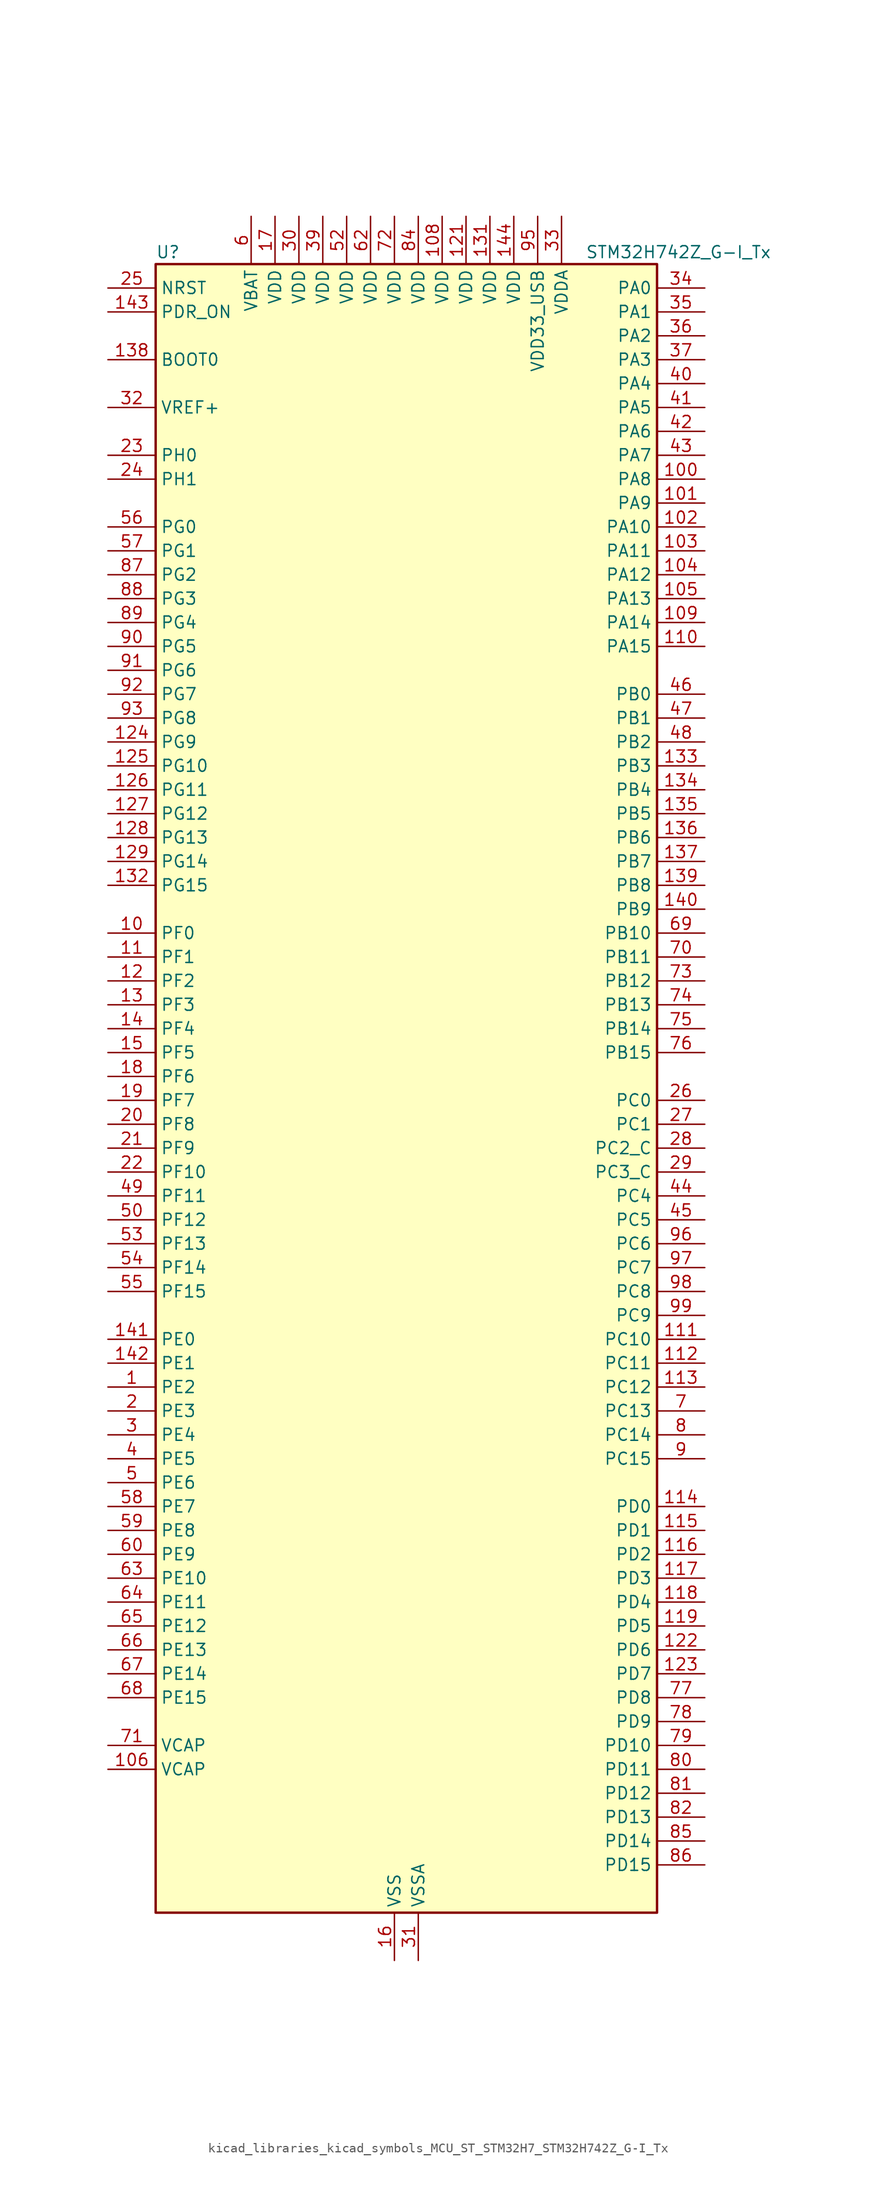
<source format=kicad_sym>
(kicad_symbol_lib
  (version 20220914)
  (generator kicad_symbol_editor)
  (symbol "kicad_libraries_kicad_symbols_MCU_ST_STM32H7_STM32H742Z_G-I_Tx"
    (property "Reference" "U"
      (at -25.4 90.17 0)
      (effects (font (size 1.27 1.27)) (justify left)))
    (property "Value" "STM32H742Z_G-I_Tx"
      (at 20.32 90.17 0)
      (effects (font (size 1.27 1.27)) (justify left)))
    (property "ki_locked" ""
      (at 0 0 0)
      (effects (font (size 1.27 1.27))))
    (symbol "kicad_libraries_kicad_symbols_MCU_ST_STM32H7_STM32H742Z_G-I_Tx_0_1"
      (rectangle (start -25.4 -86.36) (end 27.94 88.9) (stroke (width 0.254) (type default)) (fill (type background))))
    (symbol "kicad_libraries_kicad_symbols_MCU_ST_STM32H7_STM32H742Z_G-I_Tx_1_1"
      (pin bidirectional line (at -30.48 -30.48 0) (length 5.08) (name "PE2" (effects (font (size 1.27 1.27)))) (number "1" (effects (font (size 1.27 1.27)))) (alternate "DEBUG_TRACECLK" bidirectional line) (alternate "ETH_TXD3" bidirectional line) (alternate "FMC_A23" bidirectional line) (alternate "QUADSPI_BK1_IO2" bidirectional line) (alternate "SAI1_CK1" bidirectional line) (alternate "SAI1_MCLK_A" bidirectional line) (alternate "SAI4_CK1" bidirectional line) (alternate "SAI4_MCLK_A" bidirectional line) (alternate "SPI4_SCK" bidirectional line))
      (pin bidirectional line (at -30.48 17.78 0) (length 5.08) (name "PF0" (effects (font (size 1.27 1.27)))) (number "10" (effects (font (size 1.27 1.27)))) (alternate "FMC_A0" bidirectional line) (alternate "I2C2_SDA" bidirectional line))
      (pin bidirectional line (at 33.02 66.04 180) (length 5.08) (name "PA8" (effects (font (size 1.27 1.27)))) (number "100" (effects (font (size 1.27 1.27)))) (alternate "HRTIM_CHB2" bidirectional line) (alternate "I2C3_SCL" bidirectional line) (alternate "RCC_MCO_1" bidirectional line) (alternate "TIM1_CH1" bidirectional line) (alternate "TIM8_BKIN2" bidirectional line) (alternate "TIM8_BKIN2_COMP1" bidirectional line) (alternate "TIM8_BKIN2_COMP2" bidirectional line) (alternate "UART7_RX" bidirectional line) (alternate "USART1_CK" bidirectional line) (alternate "USB_OTG_FS_SOF" bidirectional line))
      (pin bidirectional line (at 33.02 63.5 180) (length 5.08) (name "PA9" (effects (font (size 1.27 1.27)))) (number "101" (effects (font (size 1.27 1.27)))) (alternate "DAC1_EXTI9" bidirectional line) (alternate "DCMI_D0" bidirectional line) (alternate "HRTIM_CHC1" bidirectional line) (alternate "I2C3_SMBA" bidirectional line) (alternate "I2S2_CK" bidirectional line) (alternate "LPUART1_TX" bidirectional line) (alternate "SPI2_SCK" bidirectional line) (alternate "TIM1_CH2" bidirectional line) (alternate "USART1_TX" bidirectional line) (alternate "USB_OTG_FS_VBUS" bidirectional line))
      (pin bidirectional line (at 33.02 60.96 180) (length 5.08) (name "PA10" (effects (font (size 1.27 1.27)))) (number "102" (effects (font (size 1.27 1.27)))) (alternate "DCMI_D1" bidirectional line) (alternate "HRTIM_CHC2" bidirectional line) (alternate "LPUART1_RX" bidirectional line) (alternate "MDIOS_MDIO" bidirectional line) (alternate "TIM1_CH3" bidirectional line) (alternate "USART1_RX" bidirectional line) (alternate "USB_OTG_FS_ID" bidirectional line))
      (pin bidirectional line (at 33.02 58.42 180) (length 5.08) (name "PA11" (effects (font (size 1.27 1.27)))) (number "103" (effects (font (size 1.27 1.27)))) (alternate "ADC1_EXTI11" bidirectional line) (alternate "ADC2_EXTI11" bidirectional line) (alternate "ADC3_EXTI11" bidirectional line) (alternate "FDCAN1_RX" bidirectional line) (alternate "HRTIM_CHD1" bidirectional line) (alternate "I2S2_WS" bidirectional line) (alternate "LPUART1_CTS" bidirectional line) (alternate "SPI2_NSS" bidirectional line) (alternate "TIM1_CH4" bidirectional line) (alternate "UART4_RX" bidirectional line) (alternate "USART1_CTS" bidirectional line) (alternate "USART1_NSS" bidirectional line) (alternate "USB_OTG_FS_DM" bidirectional line))
      (pin bidirectional line (at 33.02 55.88 180) (length 5.08) (name "PA12" (effects (font (size 1.27 1.27)))) (number "104" (effects (font (size 1.27 1.27)))) (alternate "FDCAN1_TX" bidirectional line) (alternate "HRTIM_CHD2" bidirectional line) (alternate "I2S2_CK" bidirectional line) (alternate "LPUART1_DE" bidirectional line) (alternate "LPUART1_RTS" bidirectional line) (alternate "SAI2_FS_B" bidirectional line) (alternate "SPI2_SCK" bidirectional line) (alternate "TIM1_ETR" bidirectional line) (alternate "UART4_TX" bidirectional line) (alternate "USART1_DE" bidirectional line) (alternate "USART1_RTS" bidirectional line) (alternate "USB_OTG_FS_DP" bidirectional line))
      (pin bidirectional line (at 33.02 53.34 180) (length 5.08) (name "PA13" (effects (font (size 1.27 1.27)))) (number "105" (effects (font (size 1.27 1.27)))) (alternate "DEBUG_JTMS-SWDIO" bidirectional line))
      (pin power_out line (at -30.48 -71.12 0) (length 5.08) (name "VCAP" (effects (font (size 1.27 1.27)))) (number "106" (effects (font (size 1.27 1.27)))))
      (pin passive line (at 0 -91.44 90) (length 5.08) hide (name "VSS" (effects (font (size 1.27 1.27)))) (number "107" (effects (font (size 1.27 1.27)))))
      (pin power_in line (at 5.08 93.98 270) (length 5.08) (name "VDD" (effects (font (size 1.27 1.27)))) (number "108" (effects (font (size 1.27 1.27)))))
      (pin bidirectional line (at 33.02 50.8 180) (length 5.08) (name "PA14" (effects (font (size 1.27 1.27)))) (number "109" (effects (font (size 1.27 1.27)))) (alternate "DEBUG_JTCK-SWCLK" bidirectional line))
      (pin bidirectional line (at -30.48 15.24 0) (length 5.08) (name "PF1" (effects (font (size 1.27 1.27)))) (number "11" (effects (font (size 1.27 1.27)))) (alternate "FMC_A1" bidirectional line) (alternate "I2C2_SCL" bidirectional line))
      (pin bidirectional line (at 33.02 48.26 180) (length 5.08) (name "PA15" (effects (font (size 1.27 1.27)))) (number "110" (effects (font (size 1.27 1.27)))) (alternate "ADC1_EXTI15" bidirectional line) (alternate "ADC2_EXTI15" bidirectional line) (alternate "ADC3_EXTI15" bidirectional line) (alternate "CEC" bidirectional line) (alternate "DEBUG_JTDI" bidirectional line) (alternate "HRTIM_FLT1" bidirectional line) (alternate "I2S1_WS" bidirectional line) (alternate "I2S3_WS" bidirectional line) (alternate "SPI1_NSS" bidirectional line) (alternate "SPI3_NSS" bidirectional line) (alternate "SPI6_NSS" bidirectional line) (alternate "TIM2_CH1" bidirectional line) (alternate "TIM2_ETR" bidirectional line) (alternate "UART4_DE" bidirectional line) (alternate "UART4_RTS" bidirectional line) (alternate "UART7_TX" bidirectional line))
      (pin bidirectional line (at 33.02 -25.4 180) (length 5.08) (name "PC10" (effects (font (size 1.27 1.27)))) (number "111" (effects (font (size 1.27 1.27)))) (alternate "DCMI_D8" bidirectional line) (alternate "DFSDM1_CKIN5" bidirectional line) (alternate "HRTIM_EEV1" bidirectional line) (alternate "I2S3_CK" bidirectional line) (alternate "QUADSPI_BK1_IO1" bidirectional line) (alternate "SDMMC1_D2" bidirectional line) (alternate "SPI3_SCK" bidirectional line) (alternate "UART4_TX" bidirectional line) (alternate "USART3_TX" bidirectional line))
      (pin bidirectional line (at 33.02 -27.94 180) (length 5.08) (name "PC11" (effects (font (size 1.27 1.27)))) (number "112" (effects (font (size 1.27 1.27)))) (alternate "ADC1_EXTI11" bidirectional line) (alternate "ADC2_EXTI11" bidirectional line) (alternate "ADC3_EXTI11" bidirectional line) (alternate "DCMI_D4" bidirectional line) (alternate "DFSDM1_DATIN5" bidirectional line) (alternate "HRTIM_FLT2" bidirectional line) (alternate "I2S3_SDI" bidirectional line) (alternate "QUADSPI_BK2_NCS" bidirectional line) (alternate "SDMMC1_D3" bidirectional line) (alternate "SPI3_MISO" bidirectional line) (alternate "UART4_RX" bidirectional line) (alternate "USART3_RX" bidirectional line))
      (pin bidirectional line (at 33.02 -30.48 180) (length 5.08) (name "PC12" (effects (font (size 1.27 1.27)))) (number "113" (effects (font (size 1.27 1.27)))) (alternate "DCMI_D9" bidirectional line) (alternate "DEBUG_TRACED3" bidirectional line) (alternate "HRTIM_EEV2" bidirectional line) (alternate "I2S3_SDO" bidirectional line) (alternate "SDMMC1_CK" bidirectional line) (alternate "SPI3_MOSI" bidirectional line) (alternate "UART5_TX" bidirectional line) (alternate "USART3_CK" bidirectional line))
      (pin bidirectional line (at 33.02 -43.18 180) (length 5.08) (name "PD0" (effects (font (size 1.27 1.27)))) (number "114" (effects (font (size 1.27 1.27)))) (alternate "DFSDM1_CKIN6" bidirectional line) (alternate "FDCAN1_RX" bidirectional line) (alternate "FMC_D2" bidirectional line) (alternate "FMC_DA2" bidirectional line) (alternate "SAI3_SCK_A" bidirectional line) (alternate "UART4_RX" bidirectional line))
      (pin bidirectional line (at 33.02 -45.72 180) (length 5.08) (name "PD1" (effects (font (size 1.27 1.27)))) (number "115" (effects (font (size 1.27 1.27)))) (alternate "DFSDM1_DATIN6" bidirectional line) (alternate "FDCAN1_TX" bidirectional line) (alternate "FMC_D3" bidirectional line) (alternate "FMC_DA3" bidirectional line) (alternate "SAI3_SD_A" bidirectional line) (alternate "UART4_TX" bidirectional line))
      (pin bidirectional line (at 33.02 -48.26 180) (length 5.08) (name "PD2" (effects (font (size 1.27 1.27)))) (number "116" (effects (font (size 1.27 1.27)))) (alternate "DCMI_D11" bidirectional line) (alternate "DEBUG_TRACED2" bidirectional line) (alternate "SDMMC1_CMD" bidirectional line) (alternate "TIM3_ETR" bidirectional line) (alternate "UART5_RX" bidirectional line))
      (pin bidirectional line (at 33.02 -50.8 180) (length 5.08) (name "PD3" (effects (font (size 1.27 1.27)))) (number "117" (effects (font (size 1.27 1.27)))) (alternate "DCMI_D5" bidirectional line) (alternate "DFSDM1_CKOUT" bidirectional line) (alternate "FMC_CLK" bidirectional line) (alternate "I2S2_CK" bidirectional line) (alternate "SPI2_SCK" bidirectional line) (alternate "USART2_CTS" bidirectional line) (alternate "USART2_NSS" bidirectional line))
      (pin bidirectional line (at 33.02 -53.34 180) (length 5.08) (name "PD4" (effects (font (size 1.27 1.27)))) (number "118" (effects (font (size 1.27 1.27)))) (alternate "FMC_NOE" bidirectional line) (alternate "HRTIM_FLT3" bidirectional line) (alternate "SAI3_FS_A" bidirectional line) (alternate "USART2_DE" bidirectional line) (alternate "USART2_RTS" bidirectional line))
      (pin bidirectional line (at 33.02 -55.88 180) (length 5.08) (name "PD5" (effects (font (size 1.27 1.27)))) (number "119" (effects (font (size 1.27 1.27)))) (alternate "FMC_NWE" bidirectional line) (alternate "HRTIM_EEV3" bidirectional line) (alternate "USART2_TX" bidirectional line))
      (pin bidirectional line (at -30.48 12.7 0) (length 5.08) (name "PF2" (effects (font (size 1.27 1.27)))) (number "12" (effects (font (size 1.27 1.27)))) (alternate "FMC_A2" bidirectional line) (alternate "I2C2_SMBA" bidirectional line))
      (pin passive line (at 0 -91.44 90) (length 5.08) hide (name "VSS" (effects (font (size 1.27 1.27)))) (number "120" (effects (font (size 1.27 1.27)))))
      (pin power_in line (at 7.62 93.98 270) (length 5.08) (name "VDD" (effects (font (size 1.27 1.27)))) (number "121" (effects (font (size 1.27 1.27)))))
      (pin bidirectional line (at 33.02 -58.42 180) (length 5.08) (name "PD6" (effects (font (size 1.27 1.27)))) (number "122" (effects (font (size 1.27 1.27)))) (alternate "DCMI_D10" bidirectional line) (alternate "DFSDM1_CKIN4" bidirectional line) (alternate "DFSDM1_DATIN1" bidirectional line) (alternate "FMC_NWAIT" bidirectional line) (alternate "I2S3_SDO" bidirectional line) (alternate "SAI1_D1" bidirectional line) (alternate "SAI1_SD_A" bidirectional line) (alternate "SAI4_D1" bidirectional line) (alternate "SAI4_SD_A" bidirectional line) (alternate "SDMMC2_CK" bidirectional line) (alternate "SPI3_MOSI" bidirectional line) (alternate "USART2_RX" bidirectional line))
      (pin bidirectional line (at 33.02 -60.96 180) (length 5.08) (name "PD7" (effects (font (size 1.27 1.27)))) (number "123" (effects (font (size 1.27 1.27)))) (alternate "DFSDM1_CKIN1" bidirectional line) (alternate "DFSDM1_DATIN4" bidirectional line) (alternate "FMC_NE1" bidirectional line) (alternate "I2S1_SDO" bidirectional line) (alternate "SDMMC2_CMD" bidirectional line) (alternate "SPDIFRX1_IN0" bidirectional line) (alternate "SPI1_MOSI" bidirectional line) (alternate "USART2_CK" bidirectional line))
      (pin bidirectional line (at -30.48 38.1 0) (length 5.08) (name "PG9" (effects (font (size 1.27 1.27)))) (number "124" (effects (font (size 1.27 1.27)))) (alternate "DAC1_EXTI9" bidirectional line) (alternate "DCMI_VSYNC" bidirectional line) (alternate "FMC_NCE" bidirectional line) (alternate "FMC_NE2" bidirectional line) (alternate "I2S1_SDI" bidirectional line) (alternate "QUADSPI_BK2_IO2" bidirectional line) (alternate "SAI2_FS_B" bidirectional line) (alternate "SPDIFRX1_IN3" bidirectional line) (alternate "SPI1_MISO" bidirectional line) (alternate "USART6_RX" bidirectional line))
      (pin bidirectional line (at -30.48 35.56 0) (length 5.08) (name "PG10" (effects (font (size 1.27 1.27)))) (number "125" (effects (font (size 1.27 1.27)))) (alternate "DCMI_D2" bidirectional line) (alternate "FMC_NE3" bidirectional line) (alternate "HRTIM_FLT5" bidirectional line) (alternate "I2S1_WS" bidirectional line) (alternate "SAI2_SD_B" bidirectional line) (alternate "SPI1_NSS" bidirectional line))
      (pin bidirectional line (at -30.48 33.02 0) (length 5.08) (name "PG11" (effects (font (size 1.27 1.27)))) (number "126" (effects (font (size 1.27 1.27)))) (alternate "ADC1_EXTI11" bidirectional line) (alternate "ADC2_EXTI11" bidirectional line) (alternate "ADC3_EXTI11" bidirectional line) (alternate "DCMI_D3" bidirectional line) (alternate "ETH_TX_EN" bidirectional line) (alternate "HRTIM_EEV4" bidirectional line) (alternate "I2S1_CK" bidirectional line) (alternate "LPTIM1_IN2" bidirectional line) (alternate "SDMMC2_D2" bidirectional line) (alternate "SPDIFRX1_IN0" bidirectional line) (alternate "SPI1_SCK" bidirectional line))
      (pin bidirectional line (at -30.48 30.48 0) (length 5.08) (name "PG12" (effects (font (size 1.27 1.27)))) (number "127" (effects (font (size 1.27 1.27)))) (alternate "ETH_TXD1" bidirectional line) (alternate "FMC_NE4" bidirectional line) (alternate "HRTIM_EEV5" bidirectional line) (alternate "LPTIM1_IN1" bidirectional line) (alternate "SPDIFRX1_IN1" bidirectional line) (alternate "SPI6_MISO" bidirectional line) (alternate "USART6_DE" bidirectional line) (alternate "USART6_RTS" bidirectional line))
      (pin bidirectional line (at -30.48 27.94 0) (length 5.08) (name "PG13" (effects (font (size 1.27 1.27)))) (number "128" (effects (font (size 1.27 1.27)))) (alternate "DEBUG_TRACED0" bidirectional line) (alternate "ETH_TXD0" bidirectional line) (alternate "FMC_A24" bidirectional line) (alternate "HRTIM_EEV10" bidirectional line) (alternate "LPTIM1_OUT" bidirectional line) (alternate "SPI6_SCK" bidirectional line) (alternate "USART6_CTS" bidirectional line) (alternate "USART6_NSS" bidirectional line))
      (pin bidirectional line (at -30.48 25.4 0) (length 5.08) (name "PG14" (effects (font (size 1.27 1.27)))) (number "129" (effects (font (size 1.27 1.27)))) (alternate "DEBUG_TRACED1" bidirectional line) (alternate "ETH_TXD1" bidirectional line) (alternate "FMC_A25" bidirectional line) (alternate "LPTIM1_ETR" bidirectional line) (alternate "QUADSPI_BK2_IO3" bidirectional line) (alternate "SPI6_MOSI" bidirectional line) (alternate "USART6_TX" bidirectional line))
      (pin bidirectional line (at -30.48 10.16 0) (length 5.08) (name "PF3" (effects (font (size 1.27 1.27)))) (number "13" (effects (font (size 1.27 1.27)))) (alternate "ADC3_INP5" bidirectional line) (alternate "FMC_A3" bidirectional line))
      (pin passive line (at 0 -91.44 90) (length 5.08) hide (name "VSS" (effects (font (size 1.27 1.27)))) (number "130" (effects (font (size 1.27 1.27)))))
      (pin power_in line (at 10.16 93.98 270) (length 5.08) (name "VDD" (effects (font (size 1.27 1.27)))) (number "131" (effects (font (size 1.27 1.27)))))
      (pin bidirectional line (at -30.48 22.86 0) (length 5.08) (name "PG15" (effects (font (size 1.27 1.27)))) (number "132" (effects (font (size 1.27 1.27)))) (alternate "ADC1_EXTI15" bidirectional line) (alternate "ADC2_EXTI15" bidirectional line) (alternate "ADC3_EXTI15" bidirectional line) (alternate "DCMI_D13" bidirectional line) (alternate "FMC_SDNCAS" bidirectional line) (alternate "USART6_CTS" bidirectional line) (alternate "USART6_NSS" bidirectional line))
      (pin bidirectional line (at 33.02 35.56 180) (length 5.08) (name "PB3" (effects (font (size 1.27 1.27)))) (number "133" (effects (font (size 1.27 1.27)))) (alternate "CRS_SYNC" bidirectional line) (alternate "DEBUG_JTDO-SWO" bidirectional line) (alternate "HRTIM_FLT4" bidirectional line) (alternate "I2S1_CK" bidirectional line) (alternate "I2S3_CK" bidirectional line) (alternate "SDMMC2_D2" bidirectional line) (alternate "SPI1_SCK" bidirectional line) (alternate "SPI3_SCK" bidirectional line) (alternate "SPI6_SCK" bidirectional line) (alternate "TIM2_CH2" bidirectional line) (alternate "UART7_RX" bidirectional line))
      (pin bidirectional line (at 33.02 33.02 180) (length 5.08) (name "PB4" (effects (font (size 1.27 1.27)))) (number "134" (effects (font (size 1.27 1.27)))) (alternate "DEBUG_JTRST" bidirectional line) (alternate "HRTIM_EEV6" bidirectional line) (alternate "I2S1_SDI" bidirectional line) (alternate "I2S2_WS" bidirectional line) (alternate "I2S3_SDI" bidirectional line) (alternate "SDMMC2_D3" bidirectional line) (alternate "SPI1_MISO" bidirectional line) (alternate "SPI2_NSS" bidirectional line) (alternate "SPI3_MISO" bidirectional line) (alternate "SPI6_MISO" bidirectional line) (alternate "TIM16_BKIN" bidirectional line) (alternate "TIM3_CH1" bidirectional line) (alternate "UART7_TX" bidirectional line))
      (pin bidirectional line (at 33.02 30.48 180) (length 5.08) (name "PB5" (effects (font (size 1.27 1.27)))) (number "135" (effects (font (size 1.27 1.27)))) (alternate "DCMI_D10" bidirectional line) (alternate "ETH_PPS_OUT" bidirectional line) (alternate "FDCAN2_RX" bidirectional line) (alternate "FMC_SDCKE1" bidirectional line) (alternate "HRTIM_EEV7" bidirectional line) (alternate "I2C1_SMBA" bidirectional line) (alternate "I2C4_SMBA" bidirectional line) (alternate "I2S1_SDO" bidirectional line) (alternate "I2S3_SDO" bidirectional line) (alternate "SPI1_MOSI" bidirectional line) (alternate "SPI3_MOSI" bidirectional line) (alternate "SPI6_MOSI" bidirectional line) (alternate "TIM17_BKIN" bidirectional line) (alternate "TIM3_CH2" bidirectional line) (alternate "UART5_RX" bidirectional line) (alternate "USB_OTG_HS_ULPI_D7" bidirectional line))
      (pin bidirectional line (at 33.02 27.94 180) (length 5.08) (name "PB6" (effects (font (size 1.27 1.27)))) (number "136" (effects (font (size 1.27 1.27)))) (alternate "CEC" bidirectional line) (alternate "DCMI_D5" bidirectional line) (alternate "DFSDM1_DATIN5" bidirectional line) (alternate "FDCAN2_TX" bidirectional line) (alternate "FMC_SDNE1" bidirectional line) (alternate "HRTIM_EEV8" bidirectional line) (alternate "I2C1_SCL" bidirectional line) (alternate "I2C4_SCL" bidirectional line) (alternate "LPUART1_TX" bidirectional line) (alternate "QUADSPI_BK1_NCS" bidirectional line) (alternate "TIM16_CH1N" bidirectional line) (alternate "TIM4_CH1" bidirectional line) (alternate "UART5_TX" bidirectional line) (alternate "USART1_TX" bidirectional line))
      (pin bidirectional line (at 33.02 25.4 180) (length 5.08) (name "PB7" (effects (font (size 1.27 1.27)))) (number "137" (effects (font (size 1.27 1.27)))) (alternate "DCMI_VSYNC" bidirectional line) (alternate "DFSDM1_CKIN5" bidirectional line) (alternate "FMC_NL" bidirectional line) (alternate "HRTIM_EEV9" bidirectional line) (alternate "I2C1_SDA" bidirectional line) (alternate "I2C4_SDA" bidirectional line) (alternate "LPUART1_RX" bidirectional line) (alternate "PWR_PVD_IN" bidirectional line) (alternate "TIM17_CH1N" bidirectional line) (alternate "TIM4_CH2" bidirectional line) (alternate "USART1_RX" bidirectional line))
      (pin input line (at -30.48 78.74 0) (length 5.08) (name "BOOT0" (effects (font (size 1.27 1.27)))) (number "138" (effects (font (size 1.27 1.27)))))
      (pin bidirectional line (at 33.02 22.86 180) (length 5.08) (name "PB8" (effects (font (size 1.27 1.27)))) (number "139" (effects (font (size 1.27 1.27)))) (alternate "DCMI_D6" bidirectional line) (alternate "DFSDM1_CKIN7" bidirectional line) (alternate "ETH_TXD3" bidirectional line) (alternate "FDCAN1_RX" bidirectional line) (alternate "I2C1_SCL" bidirectional line) (alternate "I2C4_SCL" bidirectional line) (alternate "SDMMC1_CKIN" bidirectional line) (alternate "SDMMC1_D4" bidirectional line) (alternate "SDMMC2_D4" bidirectional line) (alternate "TIM16_CH1" bidirectional line) (alternate "TIM4_CH3" bidirectional line) (alternate "UART4_RX" bidirectional line))
      (pin bidirectional line (at -30.48 7.62 0) (length 5.08) (name "PF4" (effects (font (size 1.27 1.27)))) (number "14" (effects (font (size 1.27 1.27)))) (alternate "ADC3_INN5" bidirectional line) (alternate "ADC3_INP9" bidirectional line) (alternate "FMC_A4" bidirectional line))
      (pin bidirectional line (at 33.02 20.32 180) (length 5.08) (name "PB9" (effects (font (size 1.27 1.27)))) (number "140" (effects (font (size 1.27 1.27)))) (alternate "DAC1_EXTI9" bidirectional line) (alternate "DCMI_D7" bidirectional line) (alternate "DFSDM1_DATIN7" bidirectional line) (alternate "FDCAN1_TX" bidirectional line) (alternate "I2C1_SDA" bidirectional line) (alternate "I2C4_SDA" bidirectional line) (alternate "I2C4_SMBA" bidirectional line) (alternate "I2S2_WS" bidirectional line) (alternate "SDMMC1_CDIR" bidirectional line) (alternate "SDMMC1_D5" bidirectional line) (alternate "SDMMC2_D5" bidirectional line) (alternate "SPI2_NSS" bidirectional line) (alternate "TIM17_CH1" bidirectional line) (alternate "TIM4_CH4" bidirectional line) (alternate "UART4_TX" bidirectional line))
      (pin bidirectional line (at -30.48 -25.4 0) (length 5.08) (name "PE0" (effects (font (size 1.27 1.27)))) (number "141" (effects (font (size 1.27 1.27)))) (alternate "DCMI_D2" bidirectional line) (alternate "FMC_NBL0" bidirectional line) (alternate "HRTIM_SCIN" bidirectional line) (alternate "LPTIM1_ETR" bidirectional line) (alternate "LPTIM2_ETR" bidirectional line) (alternate "SAI2_MCLK_A" bidirectional line) (alternate "TIM4_ETR" bidirectional line) (alternate "UART8_RX" bidirectional line))
      (pin bidirectional line (at -30.48 -27.94 0) (length 5.08) (name "PE1" (effects (font (size 1.27 1.27)))) (number "142" (effects (font (size 1.27 1.27)))) (alternate "DCMI_D3" bidirectional line) (alternate "FMC_NBL1" bidirectional line) (alternate "HRTIM_SCOUT" bidirectional line) (alternate "LPTIM1_IN2" bidirectional line) (alternate "UART8_TX" bidirectional line))
      (pin input line (at -30.48 83.82 0) (length 5.08) (name "PDR_ON" (effects (font (size 1.27 1.27)))) (number "143" (effects (font (size 1.27 1.27)))))
      (pin power_in line (at 12.7 93.98 270) (length 5.08) (name "VDD" (effects (font (size 1.27 1.27)))) (number "144" (effects (font (size 1.27 1.27)))))
      (pin bidirectional line (at -30.48 5.08 0) (length 5.08) (name "PF5" (effects (font (size 1.27 1.27)))) (number "15" (effects (font (size 1.27 1.27)))) (alternate "ADC3_INP4" bidirectional line) (alternate "FMC_A5" bidirectional line))
      (pin power_in line (at 0 -91.44 90) (length 5.08) (name "VSS" (effects (font (size 1.27 1.27)))) (number "16" (effects (font (size 1.27 1.27)))))
      (pin power_in line (at -12.7 93.98 270) (length 5.08) (name "VDD" (effects (font (size 1.27 1.27)))) (number "17" (effects (font (size 1.27 1.27)))))
      (pin bidirectional line (at -30.48 2.54 0) (length 5.08) (name "PF6" (effects (font (size 1.27 1.27)))) (number "18" (effects (font (size 1.27 1.27)))) (alternate "ADC3_INN4" bidirectional line) (alternate "ADC3_INP8" bidirectional line) (alternate "QUADSPI_BK1_IO3" bidirectional line) (alternate "SAI1_SD_B" bidirectional line) (alternate "SAI4_SD_B" bidirectional line) (alternate "SPI5_NSS" bidirectional line) (alternate "TIM16_CH1" bidirectional line) (alternate "UART7_RX" bidirectional line))
      (pin bidirectional line (at -30.48 0 0) (length 5.08) (name "PF7" (effects (font (size 1.27 1.27)))) (number "19" (effects (font (size 1.27 1.27)))) (alternate "ADC3_INP3" bidirectional line) (alternate "QUADSPI_BK1_IO2" bidirectional line) (alternate "SAI1_MCLK_B" bidirectional line) (alternate "SAI4_MCLK_B" bidirectional line) (alternate "SPI5_SCK" bidirectional line) (alternate "TIM17_CH1" bidirectional line) (alternate "UART7_TX" bidirectional line))
      (pin bidirectional line (at -30.48 -33.02 0) (length 5.08) (name "PE3" (effects (font (size 1.27 1.27)))) (number "2" (effects (font (size 1.27 1.27)))) (alternate "DEBUG_TRACED0" bidirectional line) (alternate "FMC_A19" bidirectional line) (alternate "SAI1_SD_B" bidirectional line) (alternate "SAI4_SD_B" bidirectional line) (alternate "TIM15_BKIN" bidirectional line))
      (pin bidirectional line (at -30.48 -2.54 0) (length 5.08) (name "PF8" (effects (font (size 1.27 1.27)))) (number "20" (effects (font (size 1.27 1.27)))) (alternate "ADC3_INN3" bidirectional line) (alternate "ADC3_INP7" bidirectional line) (alternate "QUADSPI_BK1_IO0" bidirectional line) (alternate "SAI1_SCK_B" bidirectional line) (alternate "SAI4_SCK_B" bidirectional line) (alternate "SPI5_MISO" bidirectional line) (alternate "TIM13_CH1" bidirectional line) (alternate "TIM16_CH1N" bidirectional line) (alternate "UART7_DE" bidirectional line) (alternate "UART7_RTS" bidirectional line))
      (pin bidirectional line (at -30.48 -5.08 0) (length 5.08) (name "PF9" (effects (font (size 1.27 1.27)))) (number "21" (effects (font (size 1.27 1.27)))) (alternate "ADC3_INP2" bidirectional line) (alternate "DAC1_EXTI9" bidirectional line) (alternate "QUADSPI_BK1_IO1" bidirectional line) (alternate "SAI1_FS_B" bidirectional line) (alternate "SAI4_FS_B" bidirectional line) (alternate "SPI5_MOSI" bidirectional line) (alternate "TIM14_CH1" bidirectional line) (alternate "TIM17_CH1N" bidirectional line) (alternate "UART7_CTS" bidirectional line))
      (pin bidirectional line (at -30.48 -7.62 0) (length 5.08) (name "PF10" (effects (font (size 1.27 1.27)))) (number "22" (effects (font (size 1.27 1.27)))) (alternate "ADC3_INN2" bidirectional line) (alternate "ADC3_INP6" bidirectional line) (alternate "DCMI_D11" bidirectional line) (alternate "QUADSPI_CLK" bidirectional line) (alternate "SAI1_D3" bidirectional line) (alternate "SAI4_D3" bidirectional line) (alternate "TIM16_BKIN" bidirectional line))
      (pin bidirectional line (at -30.48 68.58 0) (length 5.08) (name "PH0" (effects (font (size 1.27 1.27)))) (number "23" (effects (font (size 1.27 1.27)))) (alternate "RCC_OSC_IN" bidirectional line))
      (pin bidirectional line (at -30.48 66.04 0) (length 5.08) (name "PH1" (effects (font (size 1.27 1.27)))) (number "24" (effects (font (size 1.27 1.27)))) (alternate "RCC_OSC_OUT" bidirectional line))
      (pin input line (at -30.48 86.36 0) (length 5.08) (name "NRST" (effects (font (size 1.27 1.27)))) (number "25" (effects (font (size 1.27 1.27)))))
      (pin bidirectional line (at 33.02 0 180) (length 5.08) (name "PC0" (effects (font (size 1.27 1.27)))) (number "26" (effects (font (size 1.27 1.27)))) (alternate "ADC1_INP10" bidirectional line) (alternate "ADC2_INP10" bidirectional line) (alternate "ADC3_INP10" bidirectional line) (alternate "DFSDM1_CKIN0" bidirectional line) (alternate "DFSDM1_DATIN4" bidirectional line) (alternate "FMC_SDNWE" bidirectional line) (alternate "SAI2_FS_B" bidirectional line) (alternate "USB_OTG_HS_ULPI_STP" bidirectional line))
      (pin bidirectional line (at 33.02 -2.54 180) (length 5.08) (name "PC1" (effects (font (size 1.27 1.27)))) (number "27" (effects (font (size 1.27 1.27)))) (alternate "ADC1_INN10" bidirectional line) (alternate "ADC1_INP11" bidirectional line) (alternate "ADC2_INN10" bidirectional line) (alternate "ADC2_INP11" bidirectional line) (alternate "ADC3_INN10" bidirectional line) (alternate "ADC3_INP11" bidirectional line) (alternate "DEBUG_TRACED0" bidirectional line) (alternate "DFSDM1_CKIN4" bidirectional line) (alternate "DFSDM1_DATIN0" bidirectional line) (alternate "ETH_MDC" bidirectional line) (alternate "I2S2_SDO" bidirectional line) (alternate "MDIOS_MDC" bidirectional line) (alternate "PWR_WKUP5" bidirectional line) (alternate "RTC_TAMP3" bidirectional line) (alternate "SAI1_D1" bidirectional line) (alternate "SAI1_SD_A" bidirectional line) (alternate "SAI4_D1" bidirectional line) (alternate "SAI4_SD_A" bidirectional line) (alternate "SDMMC2_CK" bidirectional line) (alternate "SPI2_MOSI" bidirectional line))
      (pin bidirectional line (at 33.02 -5.08 180) (length 5.08) (name "PC2_C" (effects (font (size 1.27 1.27)))) (number "28" (effects (font (size 1.27 1.27)))) (alternate "ADC3_INN1" bidirectional line) (alternate "ADC3_INP0" bidirectional line) (alternate "DFSDM1_CKIN1" bidirectional line) (alternate "DFSDM1_CKOUT" bidirectional line) (alternate "ETH_TXD2" bidirectional line) (alternate "FMC_SDNE0" bidirectional line) (alternate "I2S2_SDI" bidirectional line) (alternate "PWR_CSTOP" bidirectional line) (alternate "SPI2_MISO" bidirectional line) (alternate "USB_OTG_HS_ULPI_DIR" bidirectional line))
      (pin bidirectional line (at 33.02 -7.62 180) (length 5.08) (name "PC3_C" (effects (font (size 1.27 1.27)))) (number "29" (effects (font (size 1.27 1.27)))) (alternate "ADC3_INP1" bidirectional line) (alternate "DFSDM1_DATIN1" bidirectional line) (alternate "ETH_TX_CLK" bidirectional line) (alternate "FMC_SDCKE0" bidirectional line) (alternate "I2S2_SDO" bidirectional line) (alternate "PWR_CSLEEP" bidirectional line) (alternate "SPI2_MOSI" bidirectional line) (alternate "USB_OTG_HS_ULPI_NXT" bidirectional line))
      (pin bidirectional line (at -30.48 -35.56 0) (length 5.08) (name "PE4" (effects (font (size 1.27 1.27)))) (number "3" (effects (font (size 1.27 1.27)))) (alternate "DCMI_D4" bidirectional line) (alternate "DEBUG_TRACED1" bidirectional line) (alternate "DFSDM1_DATIN3" bidirectional line) (alternate "FMC_A20" bidirectional line) (alternate "SAI1_D2" bidirectional line) (alternate "SAI1_FS_A" bidirectional line) (alternate "SAI4_D2" bidirectional line) (alternate "SAI4_FS_A" bidirectional line) (alternate "SPI4_NSS" bidirectional line) (alternate "TIM15_CH1N" bidirectional line))
      (pin power_in line (at -10.16 93.98 270) (length 5.08) (name "VDD" (effects (font (size 1.27 1.27)))) (number "30" (effects (font (size 1.27 1.27)))))
      (pin power_in line (at 2.54 -91.44 90) (length 5.08) (name "VSSA" (effects (font (size 1.27 1.27)))) (number "31" (effects (font (size 1.27 1.27)))))
      (pin input line (at -30.48 73.66 0) (length 5.08) (name "VREF+" (effects (font (size 1.27 1.27)))) (number "32" (effects (font (size 1.27 1.27)))) (alternate "VREFBUF_OUT" bidirectional line))
      (pin power_in line (at 17.78 93.98 270) (length 5.08) (name "VDDA" (effects (font (size 1.27 1.27)))) (number "33" (effects (font (size 1.27 1.27)))))
      (pin bidirectional line (at 33.02 86.36 180) (length 5.08) (name "PA0" (effects (font (size 1.27 1.27)))) (number "34" (effects (font (size 1.27 1.27)))) (alternate "ADC1_INP16" bidirectional line) (alternate "ETH_CRS" bidirectional line) (alternate "PWR_WKUP0" bidirectional line) (alternate "SAI2_SD_B" bidirectional line) (alternate "SDMMC2_CMD" bidirectional line) (alternate "TIM15_BKIN" bidirectional line) (alternate "TIM2_CH1" bidirectional line) (alternate "TIM2_ETR" bidirectional line) (alternate "TIM5_CH1" bidirectional line) (alternate "TIM8_ETR" bidirectional line) (alternate "UART4_TX" bidirectional line) (alternate "USART2_CTS" bidirectional line) (alternate "USART2_NSS" bidirectional line))
      (pin bidirectional line (at 33.02 83.82 180) (length 5.08) (name "PA1" (effects (font (size 1.27 1.27)))) (number "35" (effects (font (size 1.27 1.27)))) (alternate "ADC1_INN16" bidirectional line) (alternate "ADC1_INP17" bidirectional line) (alternate "ETH_REF_CLK" bidirectional line) (alternate "ETH_RX_CLK" bidirectional line) (alternate "LPTIM3_OUT" bidirectional line) (alternate "QUADSPI_BK1_IO3" bidirectional line) (alternate "SAI2_MCLK_B" bidirectional line) (alternate "TIM15_CH1N" bidirectional line) (alternate "TIM2_CH2" bidirectional line) (alternate "TIM5_CH2" bidirectional line) (alternate "UART4_RX" bidirectional line) (alternate "USART2_DE" bidirectional line) (alternate "USART2_RTS" bidirectional line))
      (pin bidirectional line (at 33.02 81.28 180) (length 5.08) (name "PA2" (effects (font (size 1.27 1.27)))) (number "36" (effects (font (size 1.27 1.27)))) (alternate "ADC1_INP14" bidirectional line) (alternate "ADC2_INP14" bidirectional line) (alternate "ETH_MDIO" bidirectional line) (alternate "LPTIM4_OUT" bidirectional line) (alternate "MDIOS_MDIO" bidirectional line) (alternate "PWR_WKUP1" bidirectional line) (alternate "SAI2_SCK_B" bidirectional line) (alternate "TIM15_CH1" bidirectional line) (alternate "TIM2_CH3" bidirectional line) (alternate "TIM5_CH3" bidirectional line) (alternate "USART2_TX" bidirectional line))
      (pin bidirectional line (at 33.02 78.74 180) (length 5.08) (name "PA3" (effects (font (size 1.27 1.27)))) (number "37" (effects (font (size 1.27 1.27)))) (alternate "ADC1_INP15" bidirectional line) (alternate "ADC2_INP15" bidirectional line) (alternate "ETH_COL" bidirectional line) (alternate "LPTIM5_OUT" bidirectional line) (alternate "TIM15_CH2" bidirectional line) (alternate "TIM2_CH4" bidirectional line) (alternate "TIM5_CH4" bidirectional line) (alternate "USART2_RX" bidirectional line) (alternate "USB_OTG_HS_ULPI_D0" bidirectional line))
      (pin passive line (at 0 -91.44 90) (length 5.08) hide (name "VSS" (effects (font (size 1.27 1.27)))) (number "38" (effects (font (size 1.27 1.27)))))
      (pin power_in line (at -7.62 93.98 270) (length 5.08) (name "VDD" (effects (font (size 1.27 1.27)))) (number "39" (effects (font (size 1.27 1.27)))))
      (pin bidirectional line (at -30.48 -38.1 0) (length 5.08) (name "PE5" (effects (font (size 1.27 1.27)))) (number "4" (effects (font (size 1.27 1.27)))) (alternate "DCMI_D6" bidirectional line) (alternate "DEBUG_TRACED2" bidirectional line) (alternate "DFSDM1_CKIN3" bidirectional line) (alternate "FMC_A21" bidirectional line) (alternate "SAI1_CK2" bidirectional line) (alternate "SAI1_SCK_A" bidirectional line) (alternate "SAI4_CK2" bidirectional line) (alternate "SAI4_SCK_A" bidirectional line) (alternate "SPI4_MISO" bidirectional line) (alternate "TIM15_CH1" bidirectional line))
      (pin bidirectional line (at 33.02 76.2 180) (length 5.08) (name "PA4" (effects (font (size 1.27 1.27)))) (number "40" (effects (font (size 1.27 1.27)))) (alternate "ADC1_INP18" bidirectional line) (alternate "ADC2_INP18" bidirectional line) (alternate "DAC1_OUT1" bidirectional line) (alternate "DCMI_HSYNC" bidirectional line) (alternate "I2S1_WS" bidirectional line) (alternate "I2S3_WS" bidirectional line) (alternate "SPI1_NSS" bidirectional line) (alternate "SPI3_NSS" bidirectional line) (alternate "SPI6_NSS" bidirectional line) (alternate "TIM5_ETR" bidirectional line) (alternate "USART2_CK" bidirectional line) (alternate "USB_OTG_HS_SOF" bidirectional line))
      (pin bidirectional line (at 33.02 73.66 180) (length 5.08) (name "PA5" (effects (font (size 1.27 1.27)))) (number "41" (effects (font (size 1.27 1.27)))) (alternate "ADC1_INN18" bidirectional line) (alternate "ADC1_INP19" bidirectional line) (alternate "ADC2_INN18" bidirectional line) (alternate "ADC2_INP19" bidirectional line) (alternate "DAC1_OUT2" bidirectional line) (alternate "I2S1_CK" bidirectional line) (alternate "PWR_NDSTOP2" bidirectional line) (alternate "SPI1_SCK" bidirectional line) (alternate "SPI6_SCK" bidirectional line) (alternate "TIM2_CH1" bidirectional line) (alternate "TIM2_ETR" bidirectional line) (alternate "TIM8_CH1N" bidirectional line) (alternate "USB_OTG_HS_ULPI_CK" bidirectional line))
      (pin bidirectional line (at 33.02 71.12 180) (length 5.08) (name "PA6" (effects (font (size 1.27 1.27)))) (number "42" (effects (font (size 1.27 1.27)))) (alternate "ADC1_INP3" bidirectional line) (alternate "ADC2_INP3" bidirectional line) (alternate "DCMI_PIXCLK" bidirectional line) (alternate "I2S1_SDI" bidirectional line) (alternate "MDIOS_MDC" bidirectional line) (alternate "SPI1_MISO" bidirectional line) (alternate "SPI6_MISO" bidirectional line) (alternate "TIM13_CH1" bidirectional line) (alternate "TIM1_BKIN" bidirectional line) (alternate "TIM1_BKIN_COMP1" bidirectional line) (alternate "TIM1_BKIN_COMP2" bidirectional line) (alternate "TIM3_CH1" bidirectional line) (alternate "TIM8_BKIN" bidirectional line) (alternate "TIM8_BKIN_COMP1" bidirectional line) (alternate "TIM8_BKIN_COMP2" bidirectional line))
      (pin bidirectional line (at 33.02 68.58 180) (length 5.08) (name "PA7" (effects (font (size 1.27 1.27)))) (number "43" (effects (font (size 1.27 1.27)))) (alternate "ADC1_INN3" bidirectional line) (alternate "ADC1_INP7" bidirectional line) (alternate "ADC2_INN3" bidirectional line) (alternate "ADC2_INP7" bidirectional line) (alternate "ETH_CRS_DV" bidirectional line) (alternate "ETH_RX_DV" bidirectional line) (alternate "FMC_SDNWE" bidirectional line) (alternate "I2S1_SDO" bidirectional line) (alternate "OPAMP1_VINM" bidirectional line) (alternate "OPAMP1_VINM1" bidirectional line) (alternate "SPI1_MOSI" bidirectional line) (alternate "SPI6_MOSI" bidirectional line) (alternate "TIM14_CH1" bidirectional line) (alternate "TIM1_CH1N" bidirectional line) (alternate "TIM3_CH2" bidirectional line) (alternate "TIM8_CH1N" bidirectional line))
      (pin bidirectional line (at 33.02 -10.16 180) (length 5.08) (name "PC4" (effects (font (size 1.27 1.27)))) (number "44" (effects (font (size 1.27 1.27)))) (alternate "ADC1_INP4" bidirectional line) (alternate "ADC2_INP4" bidirectional line) (alternate "COMP1_INM" bidirectional line) (alternate "DFSDM1_CKIN2" bidirectional line) (alternate "ETH_RXD0" bidirectional line) (alternate "FMC_SDNE0" bidirectional line) (alternate "I2S1_MCK" bidirectional line) (alternate "OPAMP1_VOUT" bidirectional line) (alternate "SPDIFRX1_IN2" bidirectional line))
      (pin bidirectional line (at 33.02 -12.7 180) (length 5.08) (name "PC5" (effects (font (size 1.27 1.27)))) (number "45" (effects (font (size 1.27 1.27)))) (alternate "ADC1_INN4" bidirectional line) (alternate "ADC1_INP8" bidirectional line) (alternate "ADC2_INN4" bidirectional line) (alternate "ADC2_INP8" bidirectional line) (alternate "COMP1_OUT" bidirectional line) (alternate "DFSDM1_DATIN2" bidirectional line) (alternate "ETH_RXD1" bidirectional line) (alternate "FMC_SDCKE0" bidirectional line) (alternate "OPAMP1_VINM" bidirectional line) (alternate "OPAMP1_VINM0" bidirectional line) (alternate "SAI1_D3" bidirectional line) (alternate "SAI4_D3" bidirectional line) (alternate "SPDIFRX1_IN3" bidirectional line))
      (pin bidirectional line (at 33.02 43.18 180) (length 5.08) (name "PB0" (effects (font (size 1.27 1.27)))) (number "46" (effects (font (size 1.27 1.27)))) (alternate "ADC1_INN5" bidirectional line) (alternate "ADC1_INP9" bidirectional line) (alternate "ADC2_INN5" bidirectional line) (alternate "ADC2_INP9" bidirectional line) (alternate "COMP1_INP" bidirectional line) (alternate "DFSDM1_CKOUT" bidirectional line) (alternate "ETH_RXD2" bidirectional line) (alternate "OPAMP1_VINP" bidirectional line) (alternate "TIM1_CH2N" bidirectional line) (alternate "TIM3_CH3" bidirectional line) (alternate "TIM8_CH2N" bidirectional line) (alternate "UART4_CTS" bidirectional line) (alternate "USB_OTG_HS_ULPI_D1" bidirectional line))
      (pin bidirectional line (at 33.02 40.64 180) (length 5.08) (name "PB1" (effects (font (size 1.27 1.27)))) (number "47" (effects (font (size 1.27 1.27)))) (alternate "ADC1_INP5" bidirectional line) (alternate "ADC2_INP5" bidirectional line) (alternate "COMP1_INM" bidirectional line) (alternate "DFSDM1_DATIN1" bidirectional line) (alternate "ETH_RXD3" bidirectional line) (alternate "TIM1_CH3N" bidirectional line) (alternate "TIM3_CH4" bidirectional line) (alternate "TIM8_CH3N" bidirectional line) (alternate "USB_OTG_HS_ULPI_D2" bidirectional line))
      (pin bidirectional line (at 33.02 38.1 180) (length 5.08) (name "PB2" (effects (font (size 1.27 1.27)))) (number "48" (effects (font (size 1.27 1.27)))) (alternate "COMP1_INP" bidirectional line) (alternate "DFSDM1_CKIN1" bidirectional line) (alternate "I2S3_SDO" bidirectional line) (alternate "QUADSPI_CLK" bidirectional line) (alternate "RTC_OUT_ALARM" bidirectional line) (alternate "RTC_OUT_CALIB" bidirectional line) (alternate "SAI1_D1" bidirectional line) (alternate "SAI1_SD_A" bidirectional line) (alternate "SAI4_D1" bidirectional line) (alternate "SAI4_SD_A" bidirectional line) (alternate "SPI3_MOSI" bidirectional line))
      (pin bidirectional line (at -30.48 -10.16 0) (length 5.08) (name "PF11" (effects (font (size 1.27 1.27)))) (number "49" (effects (font (size 1.27 1.27)))) (alternate "ADC1_EXTI11" bidirectional line) (alternate "ADC1_INP2" bidirectional line) (alternate "ADC2_EXTI11" bidirectional line) (alternate "ADC3_EXTI11" bidirectional line) (alternate "DCMI_D12" bidirectional line) (alternate "FMC_SDNRAS" bidirectional line) (alternate "SAI2_SD_B" bidirectional line) (alternate "SPI5_MOSI" bidirectional line))
      (pin bidirectional line (at -30.48 -40.64 0) (length 5.08) (name "PE6" (effects (font (size 1.27 1.27)))) (number "5" (effects (font (size 1.27 1.27)))) (alternate "DCMI_D7" bidirectional line) (alternate "DEBUG_TRACED3" bidirectional line) (alternate "FMC_A22" bidirectional line) (alternate "SAI1_D1" bidirectional line) (alternate "SAI1_SD_A" bidirectional line) (alternate "SAI2_MCLK_B" bidirectional line) (alternate "SAI4_D1" bidirectional line) (alternate "SAI4_SD_A" bidirectional line) (alternate "SPI4_MOSI" bidirectional line) (alternate "TIM15_CH2" bidirectional line) (alternate "TIM1_BKIN2" bidirectional line) (alternate "TIM1_BKIN2_COMP1" bidirectional line) (alternate "TIM1_BKIN2_COMP2" bidirectional line))
      (pin bidirectional line (at -30.48 -12.7 0) (length 5.08) (name "PF12" (effects (font (size 1.27 1.27)))) (number "50" (effects (font (size 1.27 1.27)))) (alternate "ADC1_INN2" bidirectional line) (alternate "ADC1_INP6" bidirectional line) (alternate "FMC_A6" bidirectional line))
      (pin passive line (at 0 -91.44 90) (length 5.08) hide (name "VSS" (effects (font (size 1.27 1.27)))) (number "51" (effects (font (size 1.27 1.27)))))
      (pin power_in line (at -5.08 93.98 270) (length 5.08) (name "VDD" (effects (font (size 1.27 1.27)))) (number "52" (effects (font (size 1.27 1.27)))))
      (pin bidirectional line (at -30.48 -15.24 0) (length 5.08) (name "PF13" (effects (font (size 1.27 1.27)))) (number "53" (effects (font (size 1.27 1.27)))) (alternate "ADC2_INP2" bidirectional line) (alternate "DFSDM1_DATIN6" bidirectional line) (alternate "FMC_A7" bidirectional line) (alternate "I2C4_SMBA" bidirectional line))
      (pin bidirectional line (at -30.48 -17.78 0) (length 5.08) (name "PF14" (effects (font (size 1.27 1.27)))) (number "54" (effects (font (size 1.27 1.27)))) (alternate "ADC2_INN2" bidirectional line) (alternate "ADC2_INP6" bidirectional line) (alternate "DFSDM1_CKIN6" bidirectional line) (alternate "FMC_A8" bidirectional line) (alternate "I2C4_SCL" bidirectional line))
      (pin bidirectional line (at -30.48 -20.32 0) (length 5.08) (name "PF15" (effects (font (size 1.27 1.27)))) (number "55" (effects (font (size 1.27 1.27)))) (alternate "ADC1_EXTI15" bidirectional line) (alternate "ADC2_EXTI15" bidirectional line) (alternate "ADC3_EXTI15" bidirectional line) (alternate "FMC_A9" bidirectional line) (alternate "I2C4_SDA" bidirectional line))
      (pin bidirectional line (at -30.48 60.96 0) (length 5.08) (name "PG0" (effects (font (size 1.27 1.27)))) (number "56" (effects (font (size 1.27 1.27)))) (alternate "FMC_A10" bidirectional line))
      (pin bidirectional line (at -30.48 58.42 0) (length 5.08) (name "PG1" (effects (font (size 1.27 1.27)))) (number "57" (effects (font (size 1.27 1.27)))) (alternate "FMC_A11" bidirectional line) (alternate "OPAMP2_VINM" bidirectional line) (alternate "OPAMP2_VINM1" bidirectional line))
      (pin bidirectional line (at -30.48 -43.18 0) (length 5.08) (name "PE7" (effects (font (size 1.27 1.27)))) (number "58" (effects (font (size 1.27 1.27)))) (alternate "COMP2_INM" bidirectional line) (alternate "DFSDM1_DATIN2" bidirectional line) (alternate "FMC_D4" bidirectional line) (alternate "FMC_DA4" bidirectional line) (alternate "OPAMP2_VOUT" bidirectional line) (alternate "QUADSPI_BK2_IO0" bidirectional line) (alternate "TIM1_ETR" bidirectional line) (alternate "UART7_RX" bidirectional line))
      (pin bidirectional line (at -30.48 -45.72 0) (length 5.08) (name "PE8" (effects (font (size 1.27 1.27)))) (number "59" (effects (font (size 1.27 1.27)))) (alternate "COMP2_OUT" bidirectional line) (alternate "DFSDM1_CKIN2" bidirectional line) (alternate "FMC_D5" bidirectional line) (alternate "FMC_DA5" bidirectional line) (alternate "OPAMP2_VINM" bidirectional line) (alternate "OPAMP2_VINM0" bidirectional line) (alternate "QUADSPI_BK2_IO1" bidirectional line) (alternate "TIM1_CH1N" bidirectional line) (alternate "UART7_TX" bidirectional line))
      (pin power_in line (at -15.24 93.98 270) (length 5.08) (name "VBAT" (effects (font (size 1.27 1.27)))) (number "6" (effects (font (size 1.27 1.27)))))
      (pin bidirectional line (at -30.48 -48.26 0) (length 5.08) (name "PE9" (effects (font (size 1.27 1.27)))) (number "60" (effects (font (size 1.27 1.27)))) (alternate "COMP2_INP" bidirectional line) (alternate "DAC1_EXTI9" bidirectional line) (alternate "DFSDM1_CKOUT" bidirectional line) (alternate "FMC_D6" bidirectional line) (alternate "FMC_DA6" bidirectional line) (alternate "OPAMP2_VINP" bidirectional line) (alternate "QUADSPI_BK2_IO2" bidirectional line) (alternate "TIM1_CH1" bidirectional line) (alternate "UART7_DE" bidirectional line) (alternate "UART7_RTS" bidirectional line))
      (pin passive line (at 0 -91.44 90) (length 5.08) hide (name "VSS" (effects (font (size 1.27 1.27)))) (number "61" (effects (font (size 1.27 1.27)))))
      (pin power_in line (at -2.54 93.98 270) (length 5.08) (name "VDD" (effects (font (size 1.27 1.27)))) (number "62" (effects (font (size 1.27 1.27)))))
      (pin bidirectional line (at -30.48 -50.8 0) (length 5.08) (name "PE10" (effects (font (size 1.27 1.27)))) (number "63" (effects (font (size 1.27 1.27)))) (alternate "COMP2_INM" bidirectional line) (alternate "DFSDM1_DATIN4" bidirectional line) (alternate "FMC_D7" bidirectional line) (alternate "FMC_DA7" bidirectional line) (alternate "QUADSPI_BK2_IO3" bidirectional line) (alternate "TIM1_CH2N" bidirectional line) (alternate "UART7_CTS" bidirectional line))
      (pin bidirectional line (at -30.48 -53.34 0) (length 5.08) (name "PE11" (effects (font (size 1.27 1.27)))) (number "64" (effects (font (size 1.27 1.27)))) (alternate "ADC1_EXTI11" bidirectional line) (alternate "ADC2_EXTI11" bidirectional line) (alternate "ADC3_EXTI11" bidirectional line) (alternate "COMP2_INP" bidirectional line) (alternate "DFSDM1_CKIN4" bidirectional line) (alternate "FMC_D8" bidirectional line) (alternate "FMC_DA8" bidirectional line) (alternate "SAI2_SD_B" bidirectional line) (alternate "SPI4_NSS" bidirectional line) (alternate "TIM1_CH2" bidirectional line))
      (pin bidirectional line (at -30.48 -55.88 0) (length 5.08) (name "PE12" (effects (font (size 1.27 1.27)))) (number "65" (effects (font (size 1.27 1.27)))) (alternate "COMP1_OUT" bidirectional line) (alternate "DFSDM1_DATIN5" bidirectional line) (alternate "FMC_D9" bidirectional line) (alternate "FMC_DA9" bidirectional line) (alternate "SAI2_SCK_B" bidirectional line) (alternate "SPI4_SCK" bidirectional line) (alternate "TIM1_CH3N" bidirectional line))
      (pin bidirectional line (at -30.48 -58.42 0) (length 5.08) (name "PE13" (effects (font (size 1.27 1.27)))) (number "66" (effects (font (size 1.27 1.27)))) (alternate "COMP2_OUT" bidirectional line) (alternate "DFSDM1_CKIN5" bidirectional line) (alternate "FMC_D10" bidirectional line) (alternate "FMC_DA10" bidirectional line) (alternate "SAI2_FS_B" bidirectional line) (alternate "SPI4_MISO" bidirectional line) (alternate "TIM1_CH3" bidirectional line))
      (pin bidirectional line (at -30.48 -60.96 0) (length 5.08) (name "PE14" (effects (font (size 1.27 1.27)))) (number "67" (effects (font (size 1.27 1.27)))) (alternate "FMC_D11" bidirectional line) (alternate "FMC_DA11" bidirectional line) (alternate "SAI2_MCLK_B" bidirectional line) (alternate "SPI4_MOSI" bidirectional line) (alternate "TIM1_CH4" bidirectional line))
      (pin bidirectional line (at -30.48 -63.5 0) (length 5.08) (name "PE15" (effects (font (size 1.27 1.27)))) (number "68" (effects (font (size 1.27 1.27)))) (alternate "ADC1_EXTI15" bidirectional line) (alternate "ADC2_EXTI15" bidirectional line) (alternate "ADC3_EXTI15" bidirectional line) (alternate "FMC_D12" bidirectional line) (alternate "FMC_DA12" bidirectional line) (alternate "TIM1_BKIN" bidirectional line) (alternate "TIM1_BKIN_COMP1" bidirectional line) (alternate "TIM1_BKIN_COMP2" bidirectional line))
      (pin bidirectional line (at 33.02 17.78 180) (length 5.08) (name "PB10" (effects (font (size 1.27 1.27)))) (number "69" (effects (font (size 1.27 1.27)))) (alternate "DFSDM1_DATIN7" bidirectional line) (alternate "ETH_RX_ER" bidirectional line) (alternate "HRTIM_SCOUT" bidirectional line) (alternate "I2C2_SCL" bidirectional line) (alternate "I2S2_CK" bidirectional line) (alternate "LPTIM2_IN1" bidirectional line) (alternate "QUADSPI_BK1_NCS" bidirectional line) (alternate "SPI2_SCK" bidirectional line) (alternate "TIM2_CH3" bidirectional line) (alternate "USART3_TX" bidirectional line) (alternate "USB_OTG_HS_ULPI_D3" bidirectional line))
      (pin bidirectional line (at 33.02 -33.02 180) (length 5.08) (name "PC13" (effects (font (size 1.27 1.27)))) (number "7" (effects (font (size 1.27 1.27)))) (alternate "PWR_WKUP2" bidirectional line) (alternate "RTC_OUT_ALARM" bidirectional line) (alternate "RTC_OUT_CALIB" bidirectional line) (alternate "RTC_TAMP1" bidirectional line) (alternate "RTC_TS" bidirectional line))
      (pin bidirectional line (at 33.02 15.24 180) (length 5.08) (name "PB11" (effects (font (size 1.27 1.27)))) (number "70" (effects (font (size 1.27 1.27)))) (alternate "ADC1_EXTI11" bidirectional line) (alternate "ADC2_EXTI11" bidirectional line) (alternate "ADC3_EXTI11" bidirectional line) (alternate "DFSDM1_CKIN7" bidirectional line) (alternate "ETH_TX_EN" bidirectional line) (alternate "HRTIM_SCIN" bidirectional line) (alternate "I2C2_SDA" bidirectional line) (alternate "LPTIM2_ETR" bidirectional line) (alternate "TIM2_CH4" bidirectional line) (alternate "USART3_RX" bidirectional line) (alternate "USB_OTG_HS_ULPI_D4" bidirectional line))
      (pin power_out line (at -30.48 -68.58 0) (length 5.08) (name "VCAP" (effects (font (size 1.27 1.27)))) (number "71" (effects (font (size 1.27 1.27)))))
      (pin power_in line (at 0 93.98 270) (length 5.08) (name "VDD" (effects (font (size 1.27 1.27)))) (number "72" (effects (font (size 1.27 1.27)))))
      (pin bidirectional line (at 33.02 12.7 180) (length 5.08) (name "PB12" (effects (font (size 1.27 1.27)))) (number "73" (effects (font (size 1.27 1.27)))) (alternate "DFSDM1_DATIN1" bidirectional line) (alternate "ETH_TXD0" bidirectional line) (alternate "FDCAN2_RX" bidirectional line) (alternate "I2C2_SMBA" bidirectional line) (alternate "I2S2_WS" bidirectional line) (alternate "SPI2_NSS" bidirectional line) (alternate "TIM1_BKIN" bidirectional line) (alternate "TIM1_BKIN_COMP1" bidirectional line) (alternate "TIM1_BKIN_COMP2" bidirectional line) (alternate "UART5_RX" bidirectional line) (alternate "USART3_CK" bidirectional line) (alternate "USB_OTG_HS_ID" bidirectional line) (alternate "USB_OTG_HS_ULPI_D5" bidirectional line))
      (pin bidirectional line (at 33.02 10.16 180) (length 5.08) (name "PB13" (effects (font (size 1.27 1.27)))) (number "74" (effects (font (size 1.27 1.27)))) (alternate "DFSDM1_CKIN1" bidirectional line) (alternate "ETH_TXD1" bidirectional line) (alternate "FDCAN2_TX" bidirectional line) (alternate "I2S2_CK" bidirectional line) (alternate "LPTIM2_OUT" bidirectional line) (alternate "SPI2_SCK" bidirectional line) (alternate "TIM1_CH1N" bidirectional line) (alternate "UART5_TX" bidirectional line) (alternate "USART3_CTS" bidirectional line) (alternate "USART3_NSS" bidirectional line) (alternate "USB_OTG_HS_ULPI_D6" bidirectional line) (alternate "USB_OTG_HS_VBUS" bidirectional line))
      (pin bidirectional line (at 33.02 7.62 180) (length 5.08) (name "PB14" (effects (font (size 1.27 1.27)))) (number "75" (effects (font (size 1.27 1.27)))) (alternate "DFSDM1_DATIN2" bidirectional line) (alternate "I2S2_SDI" bidirectional line) (alternate "SDMMC2_D0" bidirectional line) (alternate "SPI2_MISO" bidirectional line) (alternate "TIM12_CH1" bidirectional line) (alternate "TIM1_CH2N" bidirectional line) (alternate "TIM8_CH2N" bidirectional line) (alternate "UART4_DE" bidirectional line) (alternate "UART4_RTS" bidirectional line) (alternate "USART1_TX" bidirectional line) (alternate "USART3_DE" bidirectional line) (alternate "USART3_RTS" bidirectional line) (alternate "USB_OTG_HS_DM" bidirectional line))
      (pin bidirectional line (at 33.02 5.08 180) (length 5.08) (name "PB15" (effects (font (size 1.27 1.27)))) (number "76" (effects (font (size 1.27 1.27)))) (alternate "ADC1_EXTI15" bidirectional line) (alternate "ADC2_EXTI15" bidirectional line) (alternate "ADC3_EXTI15" bidirectional line) (alternate "DFSDM1_CKIN2" bidirectional line) (alternate "I2S2_SDO" bidirectional line) (alternate "RTC_REFIN" bidirectional line) (alternate "SDMMC2_D1" bidirectional line) (alternate "SPI2_MOSI" bidirectional line) (alternate "TIM12_CH2" bidirectional line) (alternate "TIM1_CH3N" bidirectional line) (alternate "TIM8_CH3N" bidirectional line) (alternate "UART4_CTS" bidirectional line) (alternate "USART1_RX" bidirectional line) (alternate "USB_OTG_HS_DP" bidirectional line))
      (pin bidirectional line (at 33.02 -63.5 180) (length 5.08) (name "PD8" (effects (font (size 1.27 1.27)))) (number "77" (effects (font (size 1.27 1.27)))) (alternate "DFSDM1_CKIN3" bidirectional line) (alternate "FMC_D13" bidirectional line) (alternate "FMC_DA13" bidirectional line) (alternate "SAI3_SCK_B" bidirectional line) (alternate "SPDIFRX1_IN1" bidirectional line) (alternate "USART3_TX" bidirectional line))
      (pin bidirectional line (at 33.02 -66.04 180) (length 5.08) (name "PD9" (effects (font (size 1.27 1.27)))) (number "78" (effects (font (size 1.27 1.27)))) (alternate "DAC1_EXTI9" bidirectional line) (alternate "DFSDM1_DATIN3" bidirectional line) (alternate "FMC_D14" bidirectional line) (alternate "FMC_DA14" bidirectional line) (alternate "SAI3_SD_B" bidirectional line) (alternate "USART3_RX" bidirectional line))
      (pin bidirectional line (at 33.02 -68.58 180) (length 5.08) (name "PD10" (effects (font (size 1.27 1.27)))) (number "79" (effects (font (size 1.27 1.27)))) (alternate "DFSDM1_CKOUT" bidirectional line) (alternate "FMC_D15" bidirectional line) (alternate "FMC_DA15" bidirectional line) (alternate "SAI3_FS_B" bidirectional line) (alternate "USART3_CK" bidirectional line))
      (pin bidirectional line (at 33.02 -35.56 180) (length 5.08) (name "PC14" (effects (font (size 1.27 1.27)))) (number "8" (effects (font (size 1.27 1.27)))) (alternate "RCC_OSC32_IN" bidirectional line))
      (pin bidirectional line (at 33.02 -71.12 180) (length 5.08) (name "PD11" (effects (font (size 1.27 1.27)))) (number "80" (effects (font (size 1.27 1.27)))) (alternate "ADC1_EXTI11" bidirectional line) (alternate "ADC2_EXTI11" bidirectional line) (alternate "ADC3_EXTI11" bidirectional line) (alternate "FMC_A16" bidirectional line) (alternate "FMC_CLE" bidirectional line) (alternate "I2C4_SMBA" bidirectional line) (alternate "LPTIM2_IN2" bidirectional line) (alternate "QUADSPI_BK1_IO0" bidirectional line) (alternate "SAI2_SD_A" bidirectional line) (alternate "USART3_CTS" bidirectional line) (alternate "USART3_NSS" bidirectional line))
      (pin bidirectional line (at 33.02 -73.66 180) (length 5.08) (name "PD12" (effects (font (size 1.27 1.27)))) (number "81" (effects (font (size 1.27 1.27)))) (alternate "FMC_A17" bidirectional line) (alternate "FMC_ALE" bidirectional line) (alternate "I2C4_SCL" bidirectional line) (alternate "LPTIM1_IN1" bidirectional line) (alternate "LPTIM2_IN1" bidirectional line) (alternate "QUADSPI_BK1_IO1" bidirectional line) (alternate "SAI2_FS_A" bidirectional line) (alternate "TIM4_CH1" bidirectional line) (alternate "USART3_DE" bidirectional line) (alternate "USART3_RTS" bidirectional line))
      (pin bidirectional line (at 33.02 -76.2 180) (length 5.08) (name "PD13" (effects (font (size 1.27 1.27)))) (number "82" (effects (font (size 1.27 1.27)))) (alternate "FMC_A18" bidirectional line) (alternate "I2C4_SDA" bidirectional line) (alternate "LPTIM1_OUT" bidirectional line) (alternate "QUADSPI_BK1_IO3" bidirectional line) (alternate "SAI2_SCK_A" bidirectional line) (alternate "TIM4_CH2" bidirectional line))
      (pin passive line (at 0 -91.44 90) (length 5.08) hide (name "VSS" (effects (font (size 1.27 1.27)))) (number "83" (effects (font (size 1.27 1.27)))))
      (pin power_in line (at 2.54 93.98 270) (length 5.08) (name "VDD" (effects (font (size 1.27 1.27)))) (number "84" (effects (font (size 1.27 1.27)))))
      (pin bidirectional line (at 33.02 -78.74 180) (length 5.08) (name "PD14" (effects (font (size 1.27 1.27)))) (number "85" (effects (font (size 1.27 1.27)))) (alternate "FMC_D0" bidirectional line) (alternate "FMC_DA0" bidirectional line) (alternate "SAI3_MCLK_B" bidirectional line) (alternate "TIM4_CH3" bidirectional line) (alternate "UART8_CTS" bidirectional line))
      (pin bidirectional line (at 33.02 -81.28 180) (length 5.08) (name "PD15" (effects (font (size 1.27 1.27)))) (number "86" (effects (font (size 1.27 1.27)))) (alternate "ADC1_EXTI15" bidirectional line) (alternate "ADC2_EXTI15" bidirectional line) (alternate "ADC3_EXTI15" bidirectional line) (alternate "FMC_D1" bidirectional line) (alternate "FMC_DA1" bidirectional line) (alternate "SAI3_MCLK_A" bidirectional line) (alternate "TIM4_CH4" bidirectional line) (alternate "UART8_DE" bidirectional line) (alternate "UART8_RTS" bidirectional line))
      (pin bidirectional line (at -30.48 55.88 0) (length 5.08) (name "PG2" (effects (font (size 1.27 1.27)))) (number "87" (effects (font (size 1.27 1.27)))) (alternate "FMC_A12" bidirectional line) (alternate "TIM8_BKIN" bidirectional line) (alternate "TIM8_BKIN_COMP1" bidirectional line) (alternate "TIM8_BKIN_COMP2" bidirectional line))
      (pin bidirectional line (at -30.48 53.34 0) (length 5.08) (name "PG3" (effects (font (size 1.27 1.27)))) (number "88" (effects (font (size 1.27 1.27)))) (alternate "FMC_A13" bidirectional line) (alternate "TIM8_BKIN2" bidirectional line) (alternate "TIM8_BKIN2_COMP1" bidirectional line) (alternate "TIM8_BKIN2_COMP2" bidirectional line))
      (pin bidirectional line (at -30.48 50.8 0) (length 5.08) (name "PG4" (effects (font (size 1.27 1.27)))) (number "89" (effects (font (size 1.27 1.27)))) (alternate "FMC_A14" bidirectional line) (alternate "FMC_BA0" bidirectional line) (alternate "TIM1_BKIN2" bidirectional line) (alternate "TIM1_BKIN2_COMP1" bidirectional line) (alternate "TIM1_BKIN2_COMP2" bidirectional line))
      (pin bidirectional line (at 33.02 -38.1 180) (length 5.08) (name "PC15" (effects (font (size 1.27 1.27)))) (number "9" (effects (font (size 1.27 1.27)))) (alternate "ADC1_EXTI15" bidirectional line) (alternate "ADC2_EXTI15" bidirectional line) (alternate "ADC3_EXTI15" bidirectional line) (alternate "RCC_OSC32_OUT" bidirectional line))
      (pin bidirectional line (at -30.48 48.26 0) (length 5.08) (name "PG5" (effects (font (size 1.27 1.27)))) (number "90" (effects (font (size 1.27 1.27)))) (alternate "FMC_A15" bidirectional line) (alternate "FMC_BA1" bidirectional line) (alternate "TIM1_ETR" bidirectional line))
      (pin bidirectional line (at -30.48 45.72 0) (length 5.08) (name "PG6" (effects (font (size 1.27 1.27)))) (number "91" (effects (font (size 1.27 1.27)))) (alternate "DCMI_D12" bidirectional line) (alternate "FMC_NE3" bidirectional line) (alternate "HRTIM_CHE1" bidirectional line) (alternate "QUADSPI_BK1_NCS" bidirectional line) (alternate "TIM17_BKIN" bidirectional line))
      (pin bidirectional line (at -30.48 43.18 0) (length 5.08) (name "PG7" (effects (font (size 1.27 1.27)))) (number "92" (effects (font (size 1.27 1.27)))) (alternate "DCMI_D13" bidirectional line) (alternate "FMC_INT" bidirectional line) (alternate "HRTIM_CHE2" bidirectional line) (alternate "SAI1_MCLK_A" bidirectional line) (alternate "USART6_CK" bidirectional line))
      (pin bidirectional line (at -30.48 40.64 0) (length 5.08) (name "PG8" (effects (font (size 1.27 1.27)))) (number "93" (effects (font (size 1.27 1.27)))) (alternate "ETH_PPS_OUT" bidirectional line) (alternate "FMC_SDCLK" bidirectional line) (alternate "SPDIFRX1_IN2" bidirectional line) (alternate "SPI6_NSS" bidirectional line) (alternate "TIM8_ETR" bidirectional line) (alternate "USART6_DE" bidirectional line) (alternate "USART6_RTS" bidirectional line))
      (pin passive line (at 0 -91.44 90) (length 5.08) hide (name "VSS" (effects (font (size 1.27 1.27)))) (number "94" (effects (font (size 1.27 1.27)))))
      (pin power_in line (at 15.24 93.98 270) (length 5.08) (name "VDD33_USB" (effects (font (size 1.27 1.27)))) (number "95" (effects (font (size 1.27 1.27)))))
      (pin bidirectional line (at 33.02 -15.24 180) (length 5.08) (name "PC6" (effects (font (size 1.27 1.27)))) (number "96" (effects (font (size 1.27 1.27)))) (alternate "DCMI_D0" bidirectional line) (alternate "DFSDM1_CKIN3" bidirectional line) (alternate "FMC_NWAIT" bidirectional line) (alternate "HRTIM_CHA1" bidirectional line) (alternate "I2S2_MCK" bidirectional line) (alternate "SDMMC1_D0DIR" bidirectional line) (alternate "SDMMC1_D6" bidirectional line) (alternate "SDMMC2_D6" bidirectional line) (alternate "SWPMI1_IO" bidirectional line) (alternate "TIM3_CH1" bidirectional line) (alternate "TIM8_CH1" bidirectional line) (alternate "USART6_TX" bidirectional line))
      (pin bidirectional line (at 33.02 -17.78 180) (length 5.08) (name "PC7" (effects (font (size 1.27 1.27)))) (number "97" (effects (font (size 1.27 1.27)))) (alternate "DCMI_D1" bidirectional line) (alternate "DEBUG_TRGIO" bidirectional line) (alternate "DFSDM1_DATIN3" bidirectional line) (alternate "FMC_NE1" bidirectional line) (alternate "HRTIM_CHA2" bidirectional line) (alternate "I2S3_MCK" bidirectional line) (alternate "SDMMC1_D123DIR" bidirectional line) (alternate "SDMMC1_D7" bidirectional line) (alternate "SDMMC2_D7" bidirectional line) (alternate "SWPMI1_TX" bidirectional line) (alternate "TIM3_CH2" bidirectional line) (alternate "TIM8_CH2" bidirectional line) (alternate "USART6_RX" bidirectional line))
      (pin bidirectional line (at 33.02 -20.32 180) (length 5.08) (name "PC8" (effects (font (size 1.27 1.27)))) (number "98" (effects (font (size 1.27 1.27)))) (alternate "DCMI_D2" bidirectional line) (alternate "DEBUG_TRACED1" bidirectional line) (alternate "FMC_NCE" bidirectional line) (alternate "FMC_NE2" bidirectional line) (alternate "HRTIM_CHB1" bidirectional line) (alternate "SDMMC1_D0" bidirectional line) (alternate "SWPMI1_RX" bidirectional line) (alternate "TIM3_CH3" bidirectional line) (alternate "TIM8_CH3" bidirectional line) (alternate "UART5_DE" bidirectional line) (alternate "UART5_RTS" bidirectional line) (alternate "USART6_CK" bidirectional line))
      (pin bidirectional line (at 33.02 -22.86 180) (length 5.08) (name "PC9" (effects (font (size 1.27 1.27)))) (number "99" (effects (font (size 1.27 1.27)))) (alternate "DAC1_EXTI9" bidirectional line) (alternate "DCMI_D3" bidirectional line) (alternate "I2C3_SDA" bidirectional line) (alternate "I2S_CKIN" bidirectional line) (alternate "QUADSPI_BK1_IO0" bidirectional line) (alternate "RCC_MCO_2" bidirectional line) (alternate "SDMMC1_D1" bidirectional line) (alternate "SWPMI1_SUSPEND" bidirectional line) (alternate "TIM3_CH4" bidirectional line) (alternate "TIM8_CH4" bidirectional line) (alternate "UART5_CTS" bidirectional line)))))
</source>
